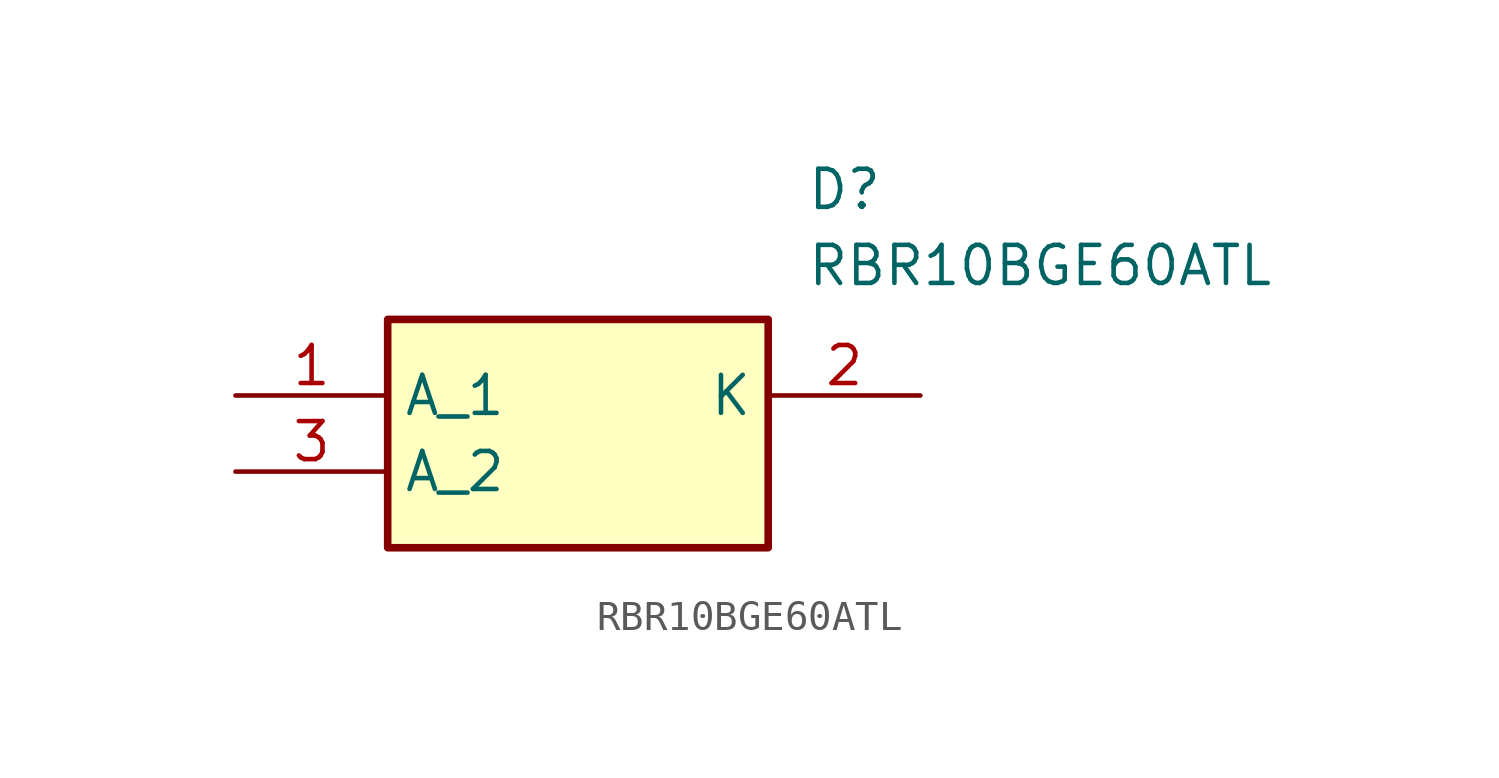
<source format=kicad_sym>
(kicad_symbol_lib
  (version 20211014)
  (generator SamacSys_ECAD_Model)
  (symbol "RBR10BGE60ATL"
    (property "Reference" "D"
      (at 19.05 7.62 0)
      (effects (font (size 1.27 1.27)) (justify left top)))
    (property "Value" "RBR10BGE60ATL"
      (at 19.05 5.08 0)
      (effects (font (size 1.27 1.27)) (justify left top)))
    (rectangle
      (start 5.08 2.54)
      (end 17.78 -5.08)
      (stroke (width 0.254) (type default))
      (fill (type background)))
    (pin passive line
      (at 0 0 0)
      (length 5.08)
      (name "A_1" (effects (font (size 1.27 1.27))))
      (number "1" (effects (font (size 1.27 1.27)))))
    (pin passive line
      (at 22.86 0 180)
      (length 5.08)
      (name "K" (effects (font (size 1.27 1.27))))
      (number "2" (effects (font (size 1.27 1.27)))))
    (pin passive line
      (at 0 -2.54 0)
      (length 5.08)
      (name "A_2" (effects (font (size 1.27 1.27))))
      (number "3" (effects (font (size 1.27 1.27)))))))
</source>
